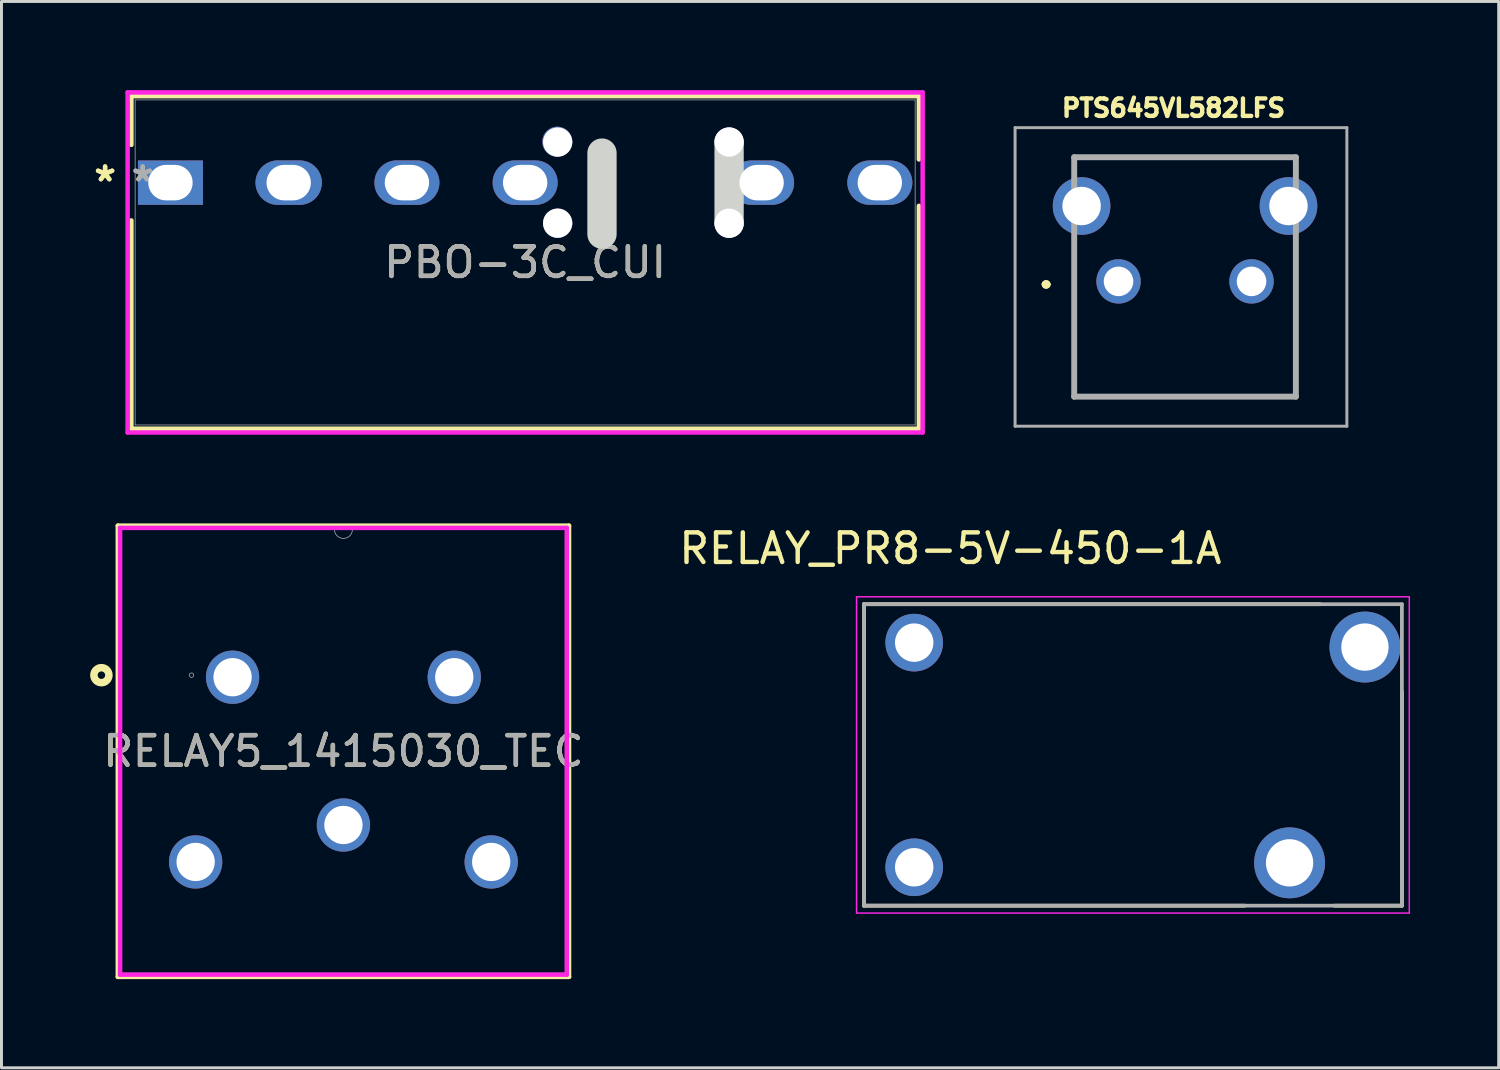
<source format=kicad_pcb>
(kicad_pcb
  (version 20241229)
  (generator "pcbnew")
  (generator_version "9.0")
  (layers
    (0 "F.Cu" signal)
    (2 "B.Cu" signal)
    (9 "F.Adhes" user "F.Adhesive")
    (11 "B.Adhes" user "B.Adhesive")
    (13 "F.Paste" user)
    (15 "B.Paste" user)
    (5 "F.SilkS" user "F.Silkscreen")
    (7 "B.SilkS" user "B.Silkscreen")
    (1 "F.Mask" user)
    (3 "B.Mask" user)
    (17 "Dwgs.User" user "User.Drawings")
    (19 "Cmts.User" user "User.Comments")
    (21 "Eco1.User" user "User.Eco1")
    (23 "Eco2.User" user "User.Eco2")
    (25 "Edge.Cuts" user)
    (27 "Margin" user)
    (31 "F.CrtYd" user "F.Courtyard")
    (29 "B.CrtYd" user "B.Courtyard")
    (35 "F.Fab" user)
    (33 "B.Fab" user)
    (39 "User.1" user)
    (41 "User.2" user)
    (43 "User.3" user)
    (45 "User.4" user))
  (footprint "PBO-3C_CUI"
    (layer "F.Cu")
    (at 2.717 3.129)
    (property "Reference" "PBO-3C_CUI" (at 12 2.7 0) (unlocked yes) (layer "F.SilkS") (effects (font (size 1 1) (thickness 0.15))))
    (attr smd)
    (fp_line (start -1.322 -2.926) (end -1.322 -1.279) (stroke (width 0.152) (type solid)) (layer "F.SilkS"))
    (fp_line (start -1.322 1.279) (end -1.322 8.326) (stroke (width 0.152) (type solid)) (layer "F.SilkS"))
    (fp_line (start -1.322 8.326) (end 25.322 8.326) (stroke (width 0.152) (type solid)) (layer "F.SilkS"))
    (fp_line (start 25.322 -2.926) (end -1.322 -2.926) (stroke (width 0.152) (type solid)) (layer "F.SilkS"))
    (fp_line (start 25.322 -0.785) (end 25.322 -2.926) (stroke (width 0.152) (type solid)) (layer "F.SilkS"))
    (fp_line (start 25.322 8.326) (end 25.322 0.785) (stroke (width 0.152) (type solid)) (layer "F.SilkS"))
    (fp_line (start 14.6 1.743) (end 14.6 -1) (stroke (width 0.991) (type solid)) (layer "Edge.Cuts"))
    (fp_line (start 18.9 1.372) (end 18.9 -1.372) (stroke (width 0.991) (type solid)) (layer "Edge.Cuts"))
    (fp_line (start -1.449 -3.053) (end 25.449 -3.053) (stroke (width 0.152) (type solid)) (layer "F.CrtYd"))
    (fp_line (start -1.449 8.453) (end -1.449 -3.053) (stroke (width 0.152) (type solid)) (layer "F.CrtYd"))
    (fp_line (start 25.449 -3.053) (end 25.449 8.453) (stroke (width 0.152) (type solid)) (layer "F.CrtYd"))
    (fp_line (start 25.449 8.453) (end -1.449 8.453) (stroke (width 0.152) (type solid)) (layer "F.CrtYd"))
    (fp_line (start -1.195 -2.799) (end -1.195 8.199) (stroke (width 0.025) (type solid)) (layer "F.Fab"))
    (fp_line (start -1.195 8.199) (end 25.195 8.199) (stroke (width 0.025) (type solid)) (layer "F.Fab"))
    (fp_line (start 25.195 -2.799) (end -1.195 -2.799) (stroke (width 0.025) (type solid)) (layer "F.Fab"))
    (fp_line (start 25.195 8.199) (end 25.195 -2.799) (stroke (width 0.025) (type solid)) (layer "F.Fab"))
    (fp_text user "*" (at -2.211 0 0) (unlocked yes) (layer "F.SilkS") (effects (font (size 1 1) (thickness 0.15))))
    (fp_text user "*" (at -2.211 0 0) (layer "F.SilkS") (effects (font (size 1 1) (thickness 0.15))))
    (fp_text user "*" (at -0.941 0 0) (unlocked yes) (layer "F.Fab") (effects (font (size 1 1) (thickness 0.15))))
    (fp_text user "${REFERENCE}" (at 12 2.7 0) (unlocked yes) (layer "F.Fab") (effects (font (size 1 1) (thickness 0.15))))
    (fp_text user "*" (at -0.941 0 0) (layer "F.Fab") (effects (font (size 1 1) (thickness 0.15))))
    (pad "" thru_hole oval (at 13.1 -1.372) (size 1.016 1.016) (drill oval 0.991 (offset -0.013 -0.013)) (layers "*.Cu" "*.Mask"))
    (pad "" thru_hole circle (at 13.1 1.372) (size 0.991 0.991) (drill 0.991) (layers "*.Cu" "*.Mask"))
    (pad "" thru_hole circle (at 18.9 -1.372) (size 0.991 0.991) (drill 0.991) (layers "*.Cu" "*.Mask"))
    (pad "" thru_hole circle (at 18.9 1.372) (size 0.991 0.991) (drill 0.991) (layers "*.Cu" "*.Mask"))
    (pad "1" thru_hole rect (at 0 0) (size 2.2 1.5) (drill oval 1.5 1.2) (layers "*.Cu" "*.Mask"))
    (pad "2" thru_hole oval (at 4 0) (size 2.246 1.505) (drill oval 1.5 1.2) (layers "*.Cu" "*.Mask"))
    (pad "3" thru_hole oval (at 8 0) (size 2.2 1.505) (drill oval 1.5 1.2) (layers "*.Cu" "*.Mask"))
    (pad "4" thru_hole oval (at 12 0) (size 2.2 1.505) (drill oval 1.5 1.2) (layers "*.Cu" "*.Mask"))
    (pad "5" thru_hole oval (at 20 0) (size 2.2 1.5) (drill oval 1.5 1.2) (layers "*.Cu" "*.Mask"))
    (pad "6" thru_hole oval (at 24 0) (size 2.2 1.5) (drill oval 1.5 1.2) (layers "*.Cu" "*.Mask")))
  (footprint "PTS645VL582LFS"
    (layer "F.Cu")
    (at 34.793 6.47)
    (property "Reference" "PTS645VL582LFS" (at 1.859 -5.865 0) (layer "F.SilkS") (effects (font (size 0.591 0.591) (thickness 0.15))))
    (attr through_hole)
    (fp_line (start -1.5 3.9) (end -1.5 -1) (stroke (width 0.1) (type solid)) (layer "F.SilkS"))
    (fp_line (start 6 -4.2) (end -1.5 -4.2) (stroke (width 0.1) (type solid)) (layer "F.SilkS"))
    (fp_line (start 6 3.75) (end 6 -1) (stroke (width 0.1) (type solid)) (layer "F.SilkS"))
    (fp_line (start 6 3.9) (end -1.5 3.9) (stroke (width 0.1) (type solid)) (layer "F.SilkS"))
    (fp_arc (start -2.5 0.1) (mid -2.45 0.05) (end -2.4 0.1) (stroke (width 0.2) (type solid)) (layer "F.SilkS"))
    (fp_arc (start -2.4 0.1) (mid -2.45 0.15) (end -2.5 0.1) (stroke (width 0.2) (type solid)) (layer "F.SilkS"))
    (fp_arc (start -2.4 0.1) (mid -2.45 0.15) (end -2.5 0.1) (stroke (width 0.2) (type solid)) (layer "F.SilkS"))
    (fp_line (start -3.5 -5.2) (end 7.725 -5.2) (stroke (width 0.1) (type solid)) (layer "F.Fab"))
    (fp_line (start -3.5 4.9) (end -3.5 -5.2) (stroke (width 0.1) (type solid)) (layer "F.Fab"))
    (fp_line (start -1.5 -4.2) (end -1.5 3.9) (stroke (width 0.2) (type solid)) (layer "F.Fab"))
    (fp_line (start -1.5 3.9) (end 6 3.9) (stroke (width 0.2) (type solid)) (layer "F.Fab"))
    (fp_line (start 6 -4.2) (end -1.5 -4.2) (stroke (width 0.2) (type solid)) (layer "F.Fab"))
    (fp_line (start 6 3.9) (end 6 -4.2) (stroke (width 0.2) (type solid)) (layer "F.Fab"))
    (fp_line (start 7.725 -5.2) (end 7.725 4.9) (stroke (width 0.1) (type solid)) (layer "F.Fab"))
    (fp_line (start 7.725 4.9) (end -3.5 4.9) (stroke (width 0.1) (type solid)) (layer "F.Fab"))
    (pad "1" thru_hole circle (at 0 0) (size 1.5 1.5) (drill 1) (layers "*.Cu" "*.Mask"))
    (pad "2" thru_hole circle (at 4.5 0) (size 1.5 1.5) (drill 1) (layers "*.Cu" "*.Mask"))
    (pad "MH1" thru_hole circle (at -1.25 -2.55) (size 1.95 1.95) (drill 1.3) (layers "*.Cu" "*.Mask"))
    (pad "MH2" thru_hole circle (at 5.75 -2.55) (size 1.95 1.95) (drill 1.3) (layers "*.Cu" "*.Mask")))
  (footprint "RELAY5_1415030_TEC"
    (layer "F.Cu")
    (at 12.319 24.873)
    (property "Reference" "RELAY5_1415030_TEC" (at -3.75 -2.506 0) (unlocked yes) (layer "F.SilkS") (effects (font (size 1 1) (thickness 0.15))))
    (attr through_hole)
    (fp_line (start -11.383 -10.138) (end -11.383 5.127) (stroke (width 0.152) (type solid)) (layer "F.SilkS"))
    (fp_line (start -11.383 5.127) (end 3.883 5.127) (stroke (width 0.152) (type solid)) (layer "F.SilkS"))
    (fp_line (start 3.883 -10.138) (end -11.383 -10.138) (stroke (width 0.152) (type solid)) (layer "F.SilkS"))
    (fp_line (start 3.883 5.127) (end 3.883 -10.138) (stroke (width 0.152) (type solid)) (layer "F.SilkS"))
    (fp_circle (center -11.938 -5.08) (end -11.684 -5.08) (stroke (width 0.254) (type solid)) (fill no) (layer "F.SilkS"))
    (fp_line (start -11.306 -10.062) (end 3.807 -10.062) (stroke (width 0.152) (type solid)) (layer "F.CrtYd"))
    (fp_line (start -11.306 5.051) (end -11.306 -10.062) (stroke (width 0.152) (type solid)) (layer "F.CrtYd"))
    (fp_line (start 3.807 -10.062) (end 3.807 5.051) (stroke (width 0.152) (type solid)) (layer "F.CrtYd"))
    (fp_line (start 3.807 5.051) (end -11.306 5.051) (stroke (width 0.152) (type solid)) (layer "F.CrtYd"))
    (fp_line (start -11.256 -10.011) (end -11.256 5) (stroke (width 0.025) (type solid)) (layer "F.Fab"))
    (fp_line (start -11.256 5) (end 3.756 5) (stroke (width 0.025) (type solid)) (layer "F.Fab"))
    (fp_line (start 3.756 -10.011) (end -11.256 -10.011) (stroke (width 0.025) (type solid)) (layer "F.Fab"))
    (fp_line (start 3.756 5) (end 3.756 -10.011) (stroke (width 0.025) (type solid)) (layer "F.Fab"))
    (fp_arc (start -3.4452 -10.0114) (mid -3.75 -9.7066) (end -4.0548 -10.0114) (stroke (width 0.0254) (type solid)) (layer "F.Fab"))
    (fp_circle (center -8.89 -5.08) (end -8.814 -5.08) (stroke (width 0.025) (type solid)) (fill no) (layer "F.Fab"))
    (fp_text user "${REFERENCE}" (at -3.75 -2.506 0) (unlocked yes) (layer "F.Fab") (effects (font (size 1 1) (thickness 0.15))))
    (pad "11" thru_hole circle (at -8.75 1.239) (size 1.803 1.803) (drill 1.295) (layers "*.Cu" "*.Mask"))
    (pad "12" thru_hole circle (at -3.75 -0.011) (size 1.803 1.803) (drill 1.295) (layers "*.Cu" "*.Mask"))
    (pad "14" thru_hole circle (at 1.25 1.239) (size 1.803 1.803) (drill 1.295) (layers "*.Cu" "*.Mask"))
    (pad "A1" thru_hole circle (at -7.5 -5.011) (size 1.803 1.803) (drill 1.295) (layers "*.Cu" "*.Mask"))
    (pad "A2" thru_hole circle (at 0 -5.011) (size 1.803 1.803) (drill 1.295) (layers "*.Cu" "*.Mask")))
  (footprint "RELAY_PR8-5V-450-1A"
    (layer "F.Cu")
    (at 35.28 22.492)
    (property "Reference" "RELAY_PR8-5V-450-1A" (at -6.175 -6.985 0) (layer "F.SilkS") (effects (font (size 1 1) (thickness 0.15))))
    (attr through_hole)
    (fp_line (start -9.1 -5.1) (end 6.33 -5.1) (stroke (width 0.127) (type solid)) (layer "F.SilkS"))
    (fp_line (start -9.1 5.1) (end -9.1 -5.1) (stroke (width 0.127) (type solid)) (layer "F.SilkS"))
    (fp_line (start 3.78 5.1) (end -9.1 5.1) (stroke (width 0.127) (type solid)) (layer "F.SilkS"))
    (fp_line (start 9.1 5.1) (end 6.82 5.1) (stroke (width 0.127) (type solid)) (layer "F.SilkS"))
    (fp_line (start 9.1 5.1) (end 9.1 -2.13) (stroke (width 0.127) (type solid)) (layer "F.SilkS"))
    (fp_line (start -9.35 -5.35) (end -9.35 5.35) (stroke (width 0.05) (type solid)) (layer "F.CrtYd"))
    (fp_line (start -9.35 5.35) (end 9.35 5.35) (stroke (width 0.05) (type solid)) (layer "F.CrtYd"))
    (fp_line (start 9.35 -5.35) (end -9.35 -5.35) (stroke (width 0.05) (type solid)) (layer "F.CrtYd"))
    (fp_line (start 9.35 5.35) (end 9.35 -5.35) (stroke (width 0.05) (type solid)) (layer "F.CrtYd"))
    (fp_line (start -9.1 -5.1) (end 9.1 -5.1) (stroke (width 0.127) (type solid)) (layer "F.Fab"))
    (fp_line (start -9.1 5.1) (end -9.1 -5.1) (stroke (width 0.127) (type solid)) (layer "F.Fab"))
    (fp_line (start 9.1 -5.1) (end 9.1 5.1) (stroke (width 0.127) (type solid)) (layer "F.Fab"))
    (fp_line (start 9.1 5.1) (end -9.1 5.1) (stroke (width 0.127) (type solid)) (layer "F.Fab"))
    (pad "A1" thru_hole circle (at -7.4 -3.8) (size 1.95 1.95) (drill 1.3) (layers "*.Cu" "*.Mask"))
    (pad "A2" thru_hole circle (at -7.4 3.8) (size 1.95 1.95) (drill 1.3) (layers "*.Cu" "*.Mask"))
    (pad "COM" thru_hole circle (at 5.3 3.65) (size 2.4 2.4) (drill 1.6) (layers "*.Cu" "*.Mask"))
    (pad "NO" thru_hole circle (at 7.85 -3.65) (size 2.4 2.4) (drill 1.6) (layers "*.Cu" "*.Mask")))
  (gr_rect
    (start -3 -3)
    (end 47.655 33.076)
    (stroke (width 0.1) (type default))
    (fill no)
    (layer "Edge.Cuts")))
</source>
